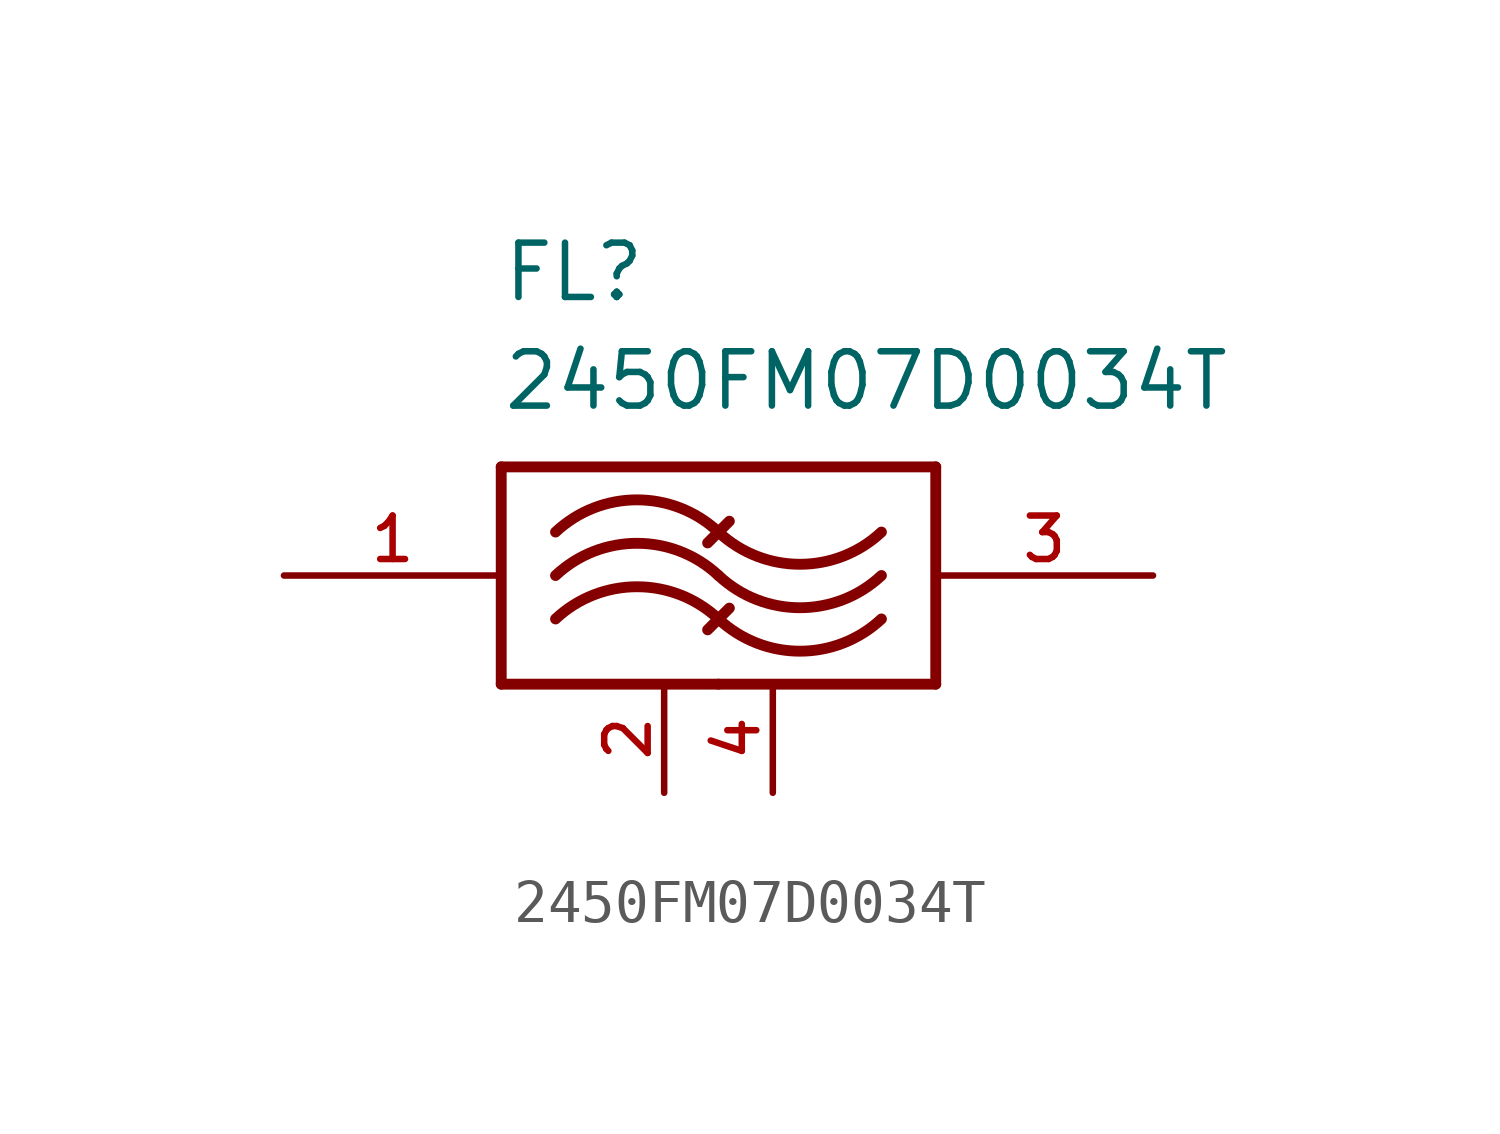
<source format=kicad_sym>
(kicad_symbol_lib
  (version 20220914)
  (generator kicad_symbol_editor)
  (symbol "2450FM07D0034T"
    (pin_names
      (offset 1.016))
    (property "Reference" "FL"
      (at -5.08 6.35 0)
      (effects (font (size 1.27 1.27)) (justify left bottom)))
    (property "Value" "2450FM07D0034T"
      (at -5.08 3.81 0)
      (effects (font (size 1.27 1.27)) (justify left bottom)))
    (symbol "2450FM07D0034T_0_0"
      (arc (start 0 -1.016) (mid -1.9124 -0.2627) (end -3.81 -1.016) (stroke (width 0.254) (type default)) (fill (type none)))
      (arc (start 0 -1.016) (mid 1.9124 -1.7693) (end 3.81 -1.016) (stroke (width 0.254) (type default)) (fill (type none)))
      (arc (start 0 0) (mid -1.9124 0.7533) (end -3.81 0) (stroke (width 0.254) (type default)) (fill (type none)))
      (polyline (pts (xy -5.08 -2.54) (xy 0 -2.54)) (stroke (width 0.254) (type default)) (fill (type none)))
      (polyline (pts (xy -5.08 2.54) (xy -5.08 -2.54)) (stroke (width 0.254) (type default)) (fill (type none)))
      (polyline (pts (xy -0.254 -1.27) (xy 0.254 -0.762)) (stroke (width 0.254) (type default)) (fill (type none)))
      (polyline (pts (xy -0.254 0.762) (xy 0.254 1.27)) (stroke (width 0.254) (type default)) (fill (type none)))
      (polyline (pts (xy 0 -2.54) (xy 5.08 -2.54)) (stroke (width 0.254) (type default)) (fill (type none)))
      (polyline (pts (xy 5.08 -2.54) (xy 5.08 2.54)) (stroke (width 0.254) (type default)) (fill (type none)))
      (polyline (pts (xy 5.08 2.54) (xy -5.08 2.54)) (stroke (width 0.254) (type default)) (fill (type none)))
      (arc (start 0 0) (mid 1.9124 -0.7533) (end 3.81 0) (stroke (width 0.254) (type default)) (fill (type none)))
      (arc (start 0 1.016) (mid -1.9124 1.7693) (end -3.81 1.016) (stroke (width 0.254) (type default)) (fill (type none)))
      (arc (start 0 1.016) (mid 1.9124 0.2627) (end 3.81 1.016) (stroke (width 0.254) (type default)) (fill (type none)))
      (pin input line (at -10.16 0 0) (length 5.08) (name "~" (effects (font (size 1.016 1.016)))) (number "1" (effects (font (size 1.016 1.016)))))
      (pin power_in line (at -1.27 -5.08 90) (length 2.54) (name "~" (effects (font (size 1.016 1.016)))) (number "2" (effects (font (size 1.016 1.016)))))
      (pin output line (at 10.16 0 180) (length 5.08) (name "~" (effects (font (size 1.016 1.016)))) (number "3" (effects (font (size 1.016 1.016)))))
      (pin power_in line (at 1.27 -5.08 90) (length 2.54) (name "~" (effects (font (size 1.016 1.016)))) (number "4" (effects (font (size 1.016 1.016))))))))
</source>
